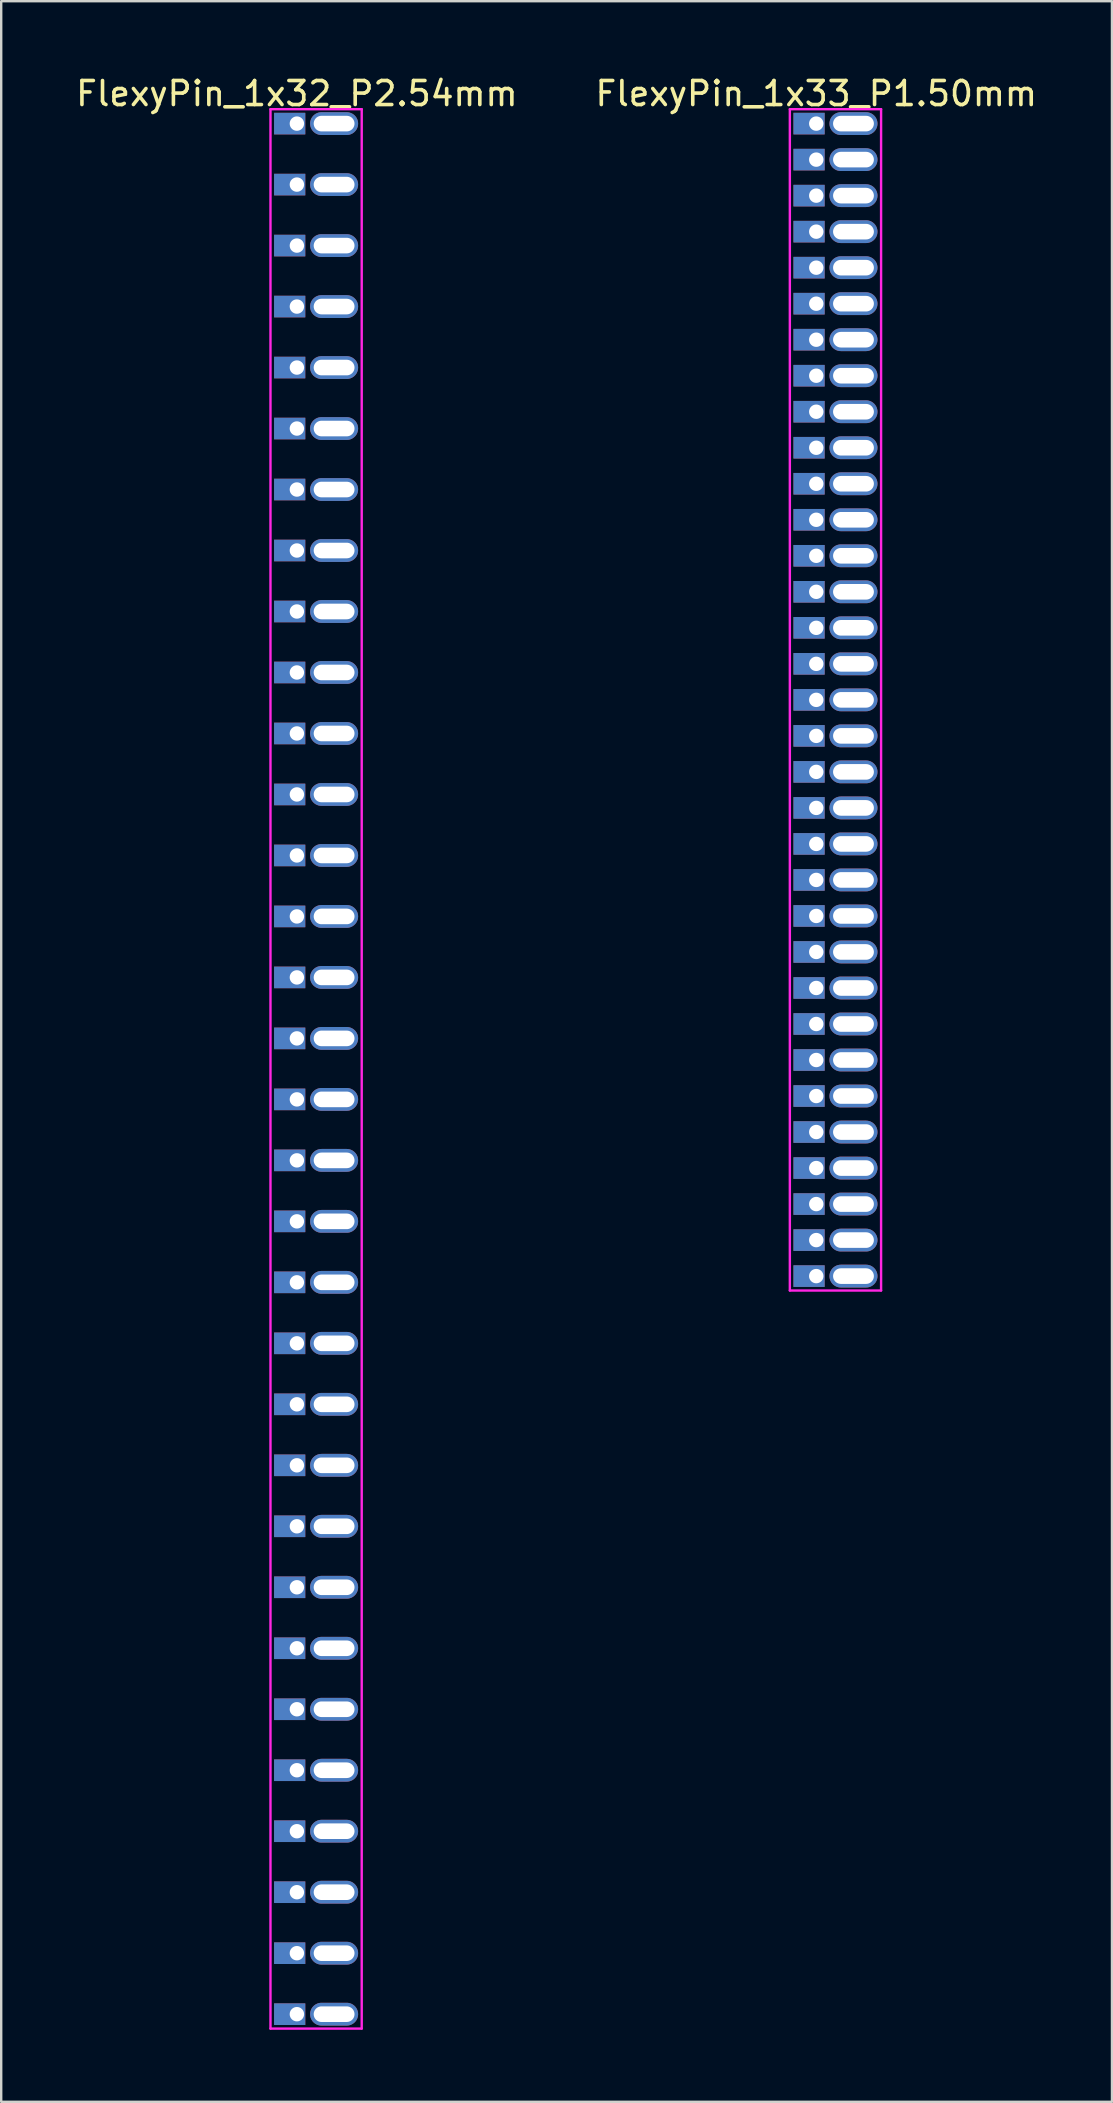
<source format=kicad_pcb>
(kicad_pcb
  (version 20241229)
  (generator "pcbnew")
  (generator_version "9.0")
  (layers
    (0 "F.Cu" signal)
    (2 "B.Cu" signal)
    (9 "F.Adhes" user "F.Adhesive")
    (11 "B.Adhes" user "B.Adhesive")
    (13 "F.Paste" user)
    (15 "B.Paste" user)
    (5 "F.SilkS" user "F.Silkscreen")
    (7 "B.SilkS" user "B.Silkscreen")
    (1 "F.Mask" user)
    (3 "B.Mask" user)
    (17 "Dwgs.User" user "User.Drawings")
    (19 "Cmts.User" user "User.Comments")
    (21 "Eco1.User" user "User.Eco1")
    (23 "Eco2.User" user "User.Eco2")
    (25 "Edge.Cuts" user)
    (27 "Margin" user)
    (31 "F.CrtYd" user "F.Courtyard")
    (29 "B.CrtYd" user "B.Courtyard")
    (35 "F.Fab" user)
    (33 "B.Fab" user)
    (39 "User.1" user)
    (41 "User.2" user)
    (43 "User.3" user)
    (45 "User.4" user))
  (footprint "FlexyPin_1x33_P1.50mm"
    (layer "F.Cu")
    (at 30.946 2.098)
    (property "Reference" "FlexyPin_1x33_P1.50mm" (at 0 -1.25 0) (layer "F.SilkS") (effects (font (size 1 1) (thickness 0.15))))
    (attr through_hole)
    (fp_line (start -1.1 -0.6) (end 2.7 -0.6) (stroke (width 0.1) (type solid)) (layer "F.CrtYd"))
    (fp_line (start -1.1 48.6) (end -1.1 -0.6) (stroke (width 0.1) (type solid)) (layer "F.CrtYd"))
    (fp_line (start 2.7 -0.6) (end 2.7 48.6) (stroke (width 0.1) (type solid)) (layer "F.CrtYd"))
    (fp_line (start 2.7 48.6) (end -1.1 48.6) (stroke (width 0.1) (type solid)) (layer "F.CrtYd"))
    (pad "" thru_hole oval (at 1.55 0) (size 2 0.95) (drill oval 1.7 0.65) (layers "*.Cu" "*.Mask"))
    (pad "" thru_hole oval (at 1.55 1.5) (size 2 0.95) (drill oval 1.7 0.65) (layers "*.Cu" "*.Mask"))
    (pad "" thru_hole oval (at 1.55 3) (size 2 0.95) (drill oval 1.7 0.65) (layers "*.Cu" "*.Mask"))
    (pad "" thru_hole oval (at 1.55 4.5) (size 2 0.95) (drill oval 1.7 0.65) (layers "*.Cu" "*.Mask"))
    (pad "" thru_hole oval (at 1.55 6) (size 2 0.95) (drill oval 1.7 0.65) (layers "*.Cu" "*.Mask"))
    (pad "" thru_hole oval (at 1.55 7.5) (size 2 0.95) (drill oval 1.7 0.65) (layers "*.Cu" "*.Mask"))
    (pad "" thru_hole oval (at 1.55 9) (size 2 0.95) (drill oval 1.7 0.65) (layers "*.Cu" "*.Mask"))
    (pad "" thru_hole oval (at 1.55 10.5) (size 2 0.95) (drill oval 1.7 0.65) (layers "*.Cu" "*.Mask"))
    (pad "" thru_hole oval (at 1.55 12) (size 2 0.95) (drill oval 1.7 0.65) (layers "*.Cu" "*.Mask"))
    (pad "" thru_hole oval (at 1.55 13.5) (size 2 0.95) (drill oval 1.7 0.65) (layers "*.Cu" "*.Mask"))
    (pad "" thru_hole oval (at 1.55 15) (size 2 0.95) (drill oval 1.7 0.65) (layers "*.Cu" "*.Mask"))
    (pad "" thru_hole oval (at 1.55 16.5) (size 2 0.95) (drill oval 1.7 0.65) (layers "*.Cu" "*.Mask"))
    (pad "" thru_hole oval (at 1.55 18) (size 2 0.95) (drill oval 1.7 0.65) (layers "*.Cu" "*.Mask"))
    (pad "" thru_hole oval (at 1.55 19.5) (size 2 0.95) (drill oval 1.7 0.65) (layers "*.Cu" "*.Mask"))
    (pad "" thru_hole oval (at 1.55 21) (size 2 0.95) (drill oval 1.7 0.65) (layers "*.Cu" "*.Mask"))
    (pad "" thru_hole oval (at 1.55 22.5) (size 2 0.95) (drill oval 1.7 0.65) (layers "*.Cu" "*.Mask"))
    (pad "" thru_hole oval (at 1.55 24) (size 2 0.95) (drill oval 1.7 0.65) (layers "*.Cu" "*.Mask"))
    (pad "" thru_hole oval (at 1.55 25.5) (size 2 0.95) (drill oval 1.7 0.65) (layers "*.Cu" "*.Mask"))
    (pad "" thru_hole oval (at 1.55 27) (size 2 0.95) (drill oval 1.7 0.65) (layers "*.Cu" "*.Mask"))
    (pad "" thru_hole oval (at 1.55 28.5) (size 2 0.95) (drill oval 1.7 0.65) (layers "*.Cu" "*.Mask"))
    (pad "" thru_hole oval (at 1.55 30) (size 2 0.95) (drill oval 1.7 0.65) (layers "*.Cu" "*.Mask"))
    (pad "" thru_hole oval (at 1.55 31.5) (size 2 0.95) (drill oval 1.7 0.65) (layers "*.Cu" "*.Mask"))
    (pad "" thru_hole oval (at 1.55 33) (size 2 0.95) (drill oval 1.7 0.65) (layers "*.Cu" "*.Mask"))
    (pad "" thru_hole oval (at 1.55 34.5) (size 2 0.95) (drill oval 1.7 0.65) (layers "*.Cu" "*.Mask"))
    (pad "" thru_hole oval (at 1.55 36) (size 2 0.95) (drill oval 1.7 0.65) (layers "*.Cu" "*.Mask"))
    (pad "" thru_hole oval (at 1.55 37.5) (size 2 0.95) (drill oval 1.7 0.65) (layers "*.Cu" "*.Mask"))
    (pad "" thru_hole oval (at 1.55 39) (size 2 0.95) (drill oval 1.7 0.65) (layers "*.Cu" "*.Mask"))
    (pad "" thru_hole oval (at 1.55 40.5) (size 2 0.95) (drill oval 1.7 0.65) (layers "*.Cu" "*.Mask"))
    (pad "" thru_hole oval (at 1.55 42) (size 2 0.95) (drill oval 1.7 0.65) (layers "*.Cu" "*.Mask"))
    (pad "" thru_hole oval (at 1.55 43.5) (size 2 0.95) (drill oval 1.7 0.65) (layers "*.Cu" "*.Mask"))
    (pad "" thru_hole oval (at 1.55 45) (size 2 0.95) (drill oval 1.7 0.65) (layers "*.Cu" "*.Mask"))
    (pad "" thru_hole oval (at 1.55 46.5) (size 2 0.95) (drill oval 1.7 0.65) (layers "*.Cu" "*.Mask"))
    (pad "" thru_hole oval (at 1.55 48) (size 2 0.95) (drill oval 1.7 0.65) (layers "*.Cu" "*.Mask"))
    (pad "1" thru_hole rect (at 0 0) (size 1.3 0.9) (drill 0.6 (offset -0.3 0)) (layers "*.Cu" "*.Mask"))
    (pad "2" thru_hole rect (at 0 1.5) (size 1.3 0.9) (drill 0.6 (offset -0.3 0)) (layers "*.Cu" "*.Mask"))
    (pad "3" thru_hole rect (at 0 3) (size 1.3 0.9) (drill 0.6 (offset -0.3 0)) (layers "*.Cu" "*.Mask"))
    (pad "4" thru_hole rect (at 0 4.5) (size 1.3 0.9) (drill 0.6 (offset -0.3 0)) (layers "*.Cu" "*.Mask"))
    (pad "5" thru_hole rect (at 0 6) (size 1.3 0.9) (drill 0.6 (offset -0.3 0)) (layers "*.Cu" "*.Mask"))
    (pad "6" thru_hole rect (at 0 7.5) (size 1.3 0.9) (drill 0.6 (offset -0.3 0)) (layers "*.Cu" "*.Mask"))
    (pad "7" thru_hole rect (at 0 9) (size 1.3 0.9) (drill 0.6 (offset -0.3 0)) (layers "*.Cu" "*.Mask"))
    (pad "8" thru_hole rect (at 0 10.5) (size 1.3 0.9) (drill 0.6 (offset -0.3 0)) (layers "*.Cu" "*.Mask"))
    (pad "9" thru_hole rect (at 0 12) (size 1.3 0.9) (drill 0.6 (offset -0.3 0)) (layers "*.Cu" "*.Mask"))
    (pad "10" thru_hole rect (at 0 13.5) (size 1.3 0.9) (drill 0.6 (offset -0.3 0)) (layers "*.Cu" "*.Mask"))
    (pad "11" thru_hole rect (at 0 15) (size 1.3 0.9) (drill 0.6 (offset -0.3 0)) (layers "*.Cu" "*.Mask"))
    (pad "12" thru_hole rect (at 0 16.5) (size 1.3 0.9) (drill 0.6 (offset -0.3 0)) (layers "*.Cu" "*.Mask"))
    (pad "13" thru_hole rect (at 0 18) (size 1.3 0.9) (drill 0.6 (offset -0.3 0)) (layers "*.Cu" "*.Mask"))
    (pad "14" thru_hole rect (at 0 19.5) (size 1.3 0.9) (drill 0.6 (offset -0.3 0)) (layers "*.Cu" "*.Mask"))
    (pad "15" thru_hole rect (at 0 21) (size 1.3 0.9) (drill 0.6 (offset -0.3 0)) (layers "*.Cu" "*.Mask"))
    (pad "16" thru_hole rect (at 0 22.5) (size 1.3 0.9) (drill 0.6 (offset -0.3 0)) (layers "*.Cu" "*.Mask"))
    (pad "17" thru_hole rect (at 0 24) (size 1.3 0.9) (drill 0.6 (offset -0.3 0)) (layers "*.Cu" "*.Mask"))
    (pad "18" thru_hole rect (at 0 25.5) (size 1.3 0.9) (drill 0.6 (offset -0.3 0)) (layers "*.Cu" "*.Mask"))
    (pad "19" thru_hole rect (at 0 27) (size 1.3 0.9) (drill 0.6 (offset -0.3 0)) (layers "*.Cu" "*.Mask"))
    (pad "20" thru_hole rect (at 0 28.5) (size 1.3 0.9) (drill 0.6 (offset -0.3 0)) (layers "*.Cu" "*.Mask"))
    (pad "21" thru_hole rect (at 0 30) (size 1.3 0.9) (drill 0.6 (offset -0.3 0)) (layers "*.Cu" "*.Mask"))
    (pad "22" thru_hole rect (at 0 31.5) (size 1.3 0.9) (drill 0.6 (offset -0.3 0)) (layers "*.Cu" "*.Mask"))
    (pad "23" thru_hole rect (at 0 33) (size 1.3 0.9) (drill 0.6 (offset -0.3 0)) (layers "*.Cu" "*.Mask"))
    (pad "24" thru_hole rect (at 0 34.5) (size 1.3 0.9) (drill 0.6 (offset -0.3 0)) (layers "*.Cu" "*.Mask"))
    (pad "25" thru_hole rect (at 0 36) (size 1.3 0.9) (drill 0.6 (offset -0.3 0)) (layers "*.Cu" "*.Mask"))
    (pad "26" thru_hole rect (at 0 37.5) (size 1.3 0.9) (drill 0.6 (offset -0.3 0)) (layers "*.Cu" "*.Mask"))
    (pad "27" thru_hole rect (at 0 39) (size 1.3 0.9) (drill 0.6 (offset -0.3 0)) (layers "*.Cu" "*.Mask"))
    (pad "28" thru_hole rect (at 0 40.5) (size 1.3 0.9) (drill 0.6 (offset -0.3 0)) (layers "*.Cu" "*.Mask"))
    (pad "29" thru_hole rect (at 0 42) (size 1.3 0.9) (drill 0.6 (offset -0.3 0)) (layers "*.Cu" "*.Mask"))
    (pad "30" thru_hole rect (at 0 43.5) (size 1.3 0.9) (drill 0.6 (offset -0.3 0)) (layers "*.Cu" "*.Mask"))
    (pad "31" thru_hole rect (at 0 45) (size 1.3 0.9) (drill 0.6 (offset -0.3 0)) (layers "*.Cu" "*.Mask"))
    (pad "32" thru_hole rect (at 0 46.5) (size 1.3 0.9) (drill 0.6 (offset -0.3 0)) (layers "*.Cu" "*.Mask"))
    (pad "33" thru_hole rect (at 0 48) (size 1.3 0.9) (drill 0.6 (offset -0.3 0)) (layers "*.Cu" "*.Mask")))
  (footprint "FlexyPin_1x32_P2.54mm"
    (layer "F.Cu")
    (at 9.315 2.098)
    (property "Reference" "FlexyPin_1x32_P2.54mm" (at 0 -1.25 0) (layer "F.SilkS") (effects (font (size 1 1) (thickness 0.15))))
    (attr through_hole)
    (fp_line (start -1.1 -0.6) (end 2.7 -0.6) (stroke (width 0.1) (type solid)) (layer "F.CrtYd"))
    (fp_line (start -1.1 79.34) (end -1.1 -0.6) (stroke (width 0.1) (type solid)) (layer "F.CrtYd"))
    (fp_line (start 2.7 -0.6) (end 2.7 79.34) (stroke (width 0.1) (type solid)) (layer "F.CrtYd"))
    (fp_line (start 2.7 79.34) (end -1.1 79.34) (stroke (width 0.1) (type solid)) (layer "F.CrtYd"))
    (pad "" thru_hole oval (at 1.55 0) (size 2 0.95) (drill oval 1.7 0.65) (layers "*.Cu" "*.Mask"))
    (pad "" thru_hole oval (at 1.55 2.54) (size 2 0.95) (drill oval 1.7 0.65) (layers "*.Cu" "*.Mask"))
    (pad "" thru_hole oval (at 1.55 5.08) (size 2 0.95) (drill oval 1.7 0.65) (layers "*.Cu" "*.Mask"))
    (pad "" thru_hole oval (at 1.55 7.62) (size 2 0.95) (drill oval 1.7 0.65) (layers "*.Cu" "*.Mask"))
    (pad "" thru_hole oval (at 1.55 10.16) (size 2 0.95) (drill oval 1.7 0.65) (layers "*.Cu" "*.Mask"))
    (pad "" thru_hole oval (at 1.55 12.7) (size 2 0.95) (drill oval 1.7 0.65) (layers "*.Cu" "*.Mask"))
    (pad "" thru_hole oval (at 1.55 15.24) (size 2 0.95) (drill oval 1.7 0.65) (layers "*.Cu" "*.Mask"))
    (pad "" thru_hole oval (at 1.55 17.78) (size 2 0.95) (drill oval 1.7 0.65) (layers "*.Cu" "*.Mask"))
    (pad "" thru_hole oval (at 1.55 20.32) (size 2 0.95) (drill oval 1.7 0.65) (layers "*.Cu" "*.Mask"))
    (pad "" thru_hole oval (at 1.55 22.86) (size 2 0.95) (drill oval 1.7 0.65) (layers "*.Cu" "*.Mask"))
    (pad "" thru_hole oval (at 1.55 25.4) (size 2 0.95) (drill oval 1.7 0.65) (layers "*.Cu" "*.Mask"))
    (pad "" thru_hole oval (at 1.55 27.94) (size 2 0.95) (drill oval 1.7 0.65) (layers "*.Cu" "*.Mask"))
    (pad "" thru_hole oval (at 1.55 30.48) (size 2 0.95) (drill oval 1.7 0.65) (layers "*.Cu" "*.Mask"))
    (pad "" thru_hole oval (at 1.55 33.02) (size 2 0.95) (drill oval 1.7 0.65) (layers "*.Cu" "*.Mask"))
    (pad "" thru_hole oval (at 1.55 35.56) (size 2 0.95) (drill oval 1.7 0.65) (layers "*.Cu" "*.Mask"))
    (pad "" thru_hole oval (at 1.55 38.1) (size 2 0.95) (drill oval 1.7 0.65) (layers "*.Cu" "*.Mask"))
    (pad "" thru_hole oval (at 1.55 40.64) (size 2 0.95) (drill oval 1.7 0.65) (layers "*.Cu" "*.Mask"))
    (pad "" thru_hole oval (at 1.55 43.18) (size 2 0.95) (drill oval 1.7 0.65) (layers "*.Cu" "*.Mask"))
    (pad "" thru_hole oval (at 1.55 45.72) (size 2 0.95) (drill oval 1.7 0.65) (layers "*.Cu" "*.Mask"))
    (pad "" thru_hole oval (at 1.55 48.26) (size 2 0.95) (drill oval 1.7 0.65) (layers "*.Cu" "*.Mask"))
    (pad "" thru_hole oval (at 1.55 50.8) (size 2 0.95) (drill oval 1.7 0.65) (layers "*.Cu" "*.Mask"))
    (pad "" thru_hole oval (at 1.55 53.34) (size 2 0.95) (drill oval 1.7 0.65) (layers "*.Cu" "*.Mask"))
    (pad "" thru_hole oval (at 1.55 55.88) (size 2 0.95) (drill oval 1.7 0.65) (layers "*.Cu" "*.Mask"))
    (pad "" thru_hole oval (at 1.55 58.42) (size 2 0.95) (drill oval 1.7 0.65) (layers "*.Cu" "*.Mask"))
    (pad "" thru_hole oval (at 1.55 60.96) (size 2 0.95) (drill oval 1.7 0.65) (layers "*.Cu" "*.Mask"))
    (pad "" thru_hole oval (at 1.55 63.5) (size 2 0.95) (drill oval 1.7 0.65) (layers "*.Cu" "*.Mask"))
    (pad "" thru_hole oval (at 1.55 66.04) (size 2 0.95) (drill oval 1.7 0.65) (layers "*.Cu" "*.Mask"))
    (pad "" thru_hole oval (at 1.55 68.58) (size 2 0.95) (drill oval 1.7 0.65) (layers "*.Cu" "*.Mask"))
    (pad "" thru_hole oval (at 1.55 71.12) (size 2 0.95) (drill oval 1.7 0.65) (layers "*.Cu" "*.Mask"))
    (pad "" thru_hole oval (at 1.55 73.66) (size 2 0.95) (drill oval 1.7 0.65) (layers "*.Cu" "*.Mask"))
    (pad "" thru_hole oval (at 1.55 76.2) (size 2 0.95) (drill oval 1.7 0.65) (layers "*.Cu" "*.Mask"))
    (pad "" thru_hole oval (at 1.55 78.74) (size 2 0.95) (drill oval 1.7 0.65) (layers "*.Cu" "*.Mask"))
    (pad "1" thru_hole rect (at 0 0) (size 1.3 0.9) (drill 0.6 (offset -0.3 0)) (layers "*.Cu" "*.Mask"))
    (pad "2" thru_hole rect (at 0 2.54) (size 1.3 0.9) (drill 0.6 (offset -0.3 0)) (layers "*.Cu" "*.Mask"))
    (pad "3" thru_hole rect (at 0 5.08) (size 1.3 0.9) (drill 0.6 (offset -0.3 0)) (layers "*.Cu" "*.Mask"))
    (pad "4" thru_hole rect (at 0 7.62) (size 1.3 0.9) (drill 0.6 (offset -0.3 0)) (layers "*.Cu" "*.Mask"))
    (pad "5" thru_hole rect (at 0 10.16) (size 1.3 0.9) (drill 0.6 (offset -0.3 0)) (layers "*.Cu" "*.Mask"))
    (pad "6" thru_hole rect (at 0 12.7) (size 1.3 0.9) (drill 0.6 (offset -0.3 0)) (layers "*.Cu" "*.Mask"))
    (pad "7" thru_hole rect (at 0 15.24) (size 1.3 0.9) (drill 0.6 (offset -0.3 0)) (layers "*.Cu" "*.Mask"))
    (pad "8" thru_hole rect (at 0 17.78) (size 1.3 0.9) (drill 0.6 (offset -0.3 0)) (layers "*.Cu" "*.Mask"))
    (pad "9" thru_hole rect (at 0 20.32) (size 1.3 0.9) (drill 0.6 (offset -0.3 0)) (layers "*.Cu" "*.Mask"))
    (pad "10" thru_hole rect (at 0 22.86) (size 1.3 0.9) (drill 0.6 (offset -0.3 0)) (layers "*.Cu" "*.Mask"))
    (pad "11" thru_hole rect (at 0 25.4) (size 1.3 0.9) (drill 0.6 (offset -0.3 0)) (layers "*.Cu" "*.Mask"))
    (pad "12" thru_hole rect (at 0 27.94) (size 1.3 0.9) (drill 0.6 (offset -0.3 0)) (layers "*.Cu" "*.Mask"))
    (pad "13" thru_hole rect (at 0 30.48) (size 1.3 0.9) (drill 0.6 (offset -0.3 0)) (layers "*.Cu" "*.Mask"))
    (pad "14" thru_hole rect (at 0 33.02) (size 1.3 0.9) (drill 0.6 (offset -0.3 0)) (layers "*.Cu" "*.Mask"))
    (pad "15" thru_hole rect (at 0 35.56) (size 1.3 0.9) (drill 0.6 (offset -0.3 0)) (layers "*.Cu" "*.Mask"))
    (pad "16" thru_hole rect (at 0 38.1) (size 1.3 0.9) (drill 0.6 (offset -0.3 0)) (layers "*.Cu" "*.Mask"))
    (pad "17" thru_hole rect (at 0 40.64) (size 1.3 0.9) (drill 0.6 (offset -0.3 0)) (layers "*.Cu" "*.Mask"))
    (pad "18" thru_hole rect (at 0 43.18) (size 1.3 0.9) (drill 0.6 (offset -0.3 0)) (layers "*.Cu" "*.Mask"))
    (pad "19" thru_hole rect (at 0 45.72) (size 1.3 0.9) (drill 0.6 (offset -0.3 0)) (layers "*.Cu" "*.Mask"))
    (pad "20" thru_hole rect (at 0 48.26) (size 1.3 0.9) (drill 0.6 (offset -0.3 0)) (layers "*.Cu" "*.Mask"))
    (pad "21" thru_hole rect (at 0 50.8) (size 1.3 0.9) (drill 0.6 (offset -0.3 0)) (layers "*.Cu" "*.Mask"))
    (pad "22" thru_hole rect (at 0 53.34) (size 1.3 0.9) (drill 0.6 (offset -0.3 0)) (layers "*.Cu" "*.Mask"))
    (pad "23" thru_hole rect (at 0 55.88) (size 1.3 0.9) (drill 0.6 (offset -0.3 0)) (layers "*.Cu" "*.Mask"))
    (pad "24" thru_hole rect (at 0 58.42) (size 1.3 0.9) (drill 0.6 (offset -0.3 0)) (layers "*.Cu" "*.Mask"))
    (pad "25" thru_hole rect (at 0 60.96) (size 1.3 0.9) (drill 0.6 (offset -0.3 0)) (layers "*.Cu" "*.Mask"))
    (pad "26" thru_hole rect (at 0 63.5) (size 1.3 0.9) (drill 0.6 (offset -0.3 0)) (layers "*.Cu" "*.Mask"))
    (pad "27" thru_hole rect (at 0 66.04) (size 1.3 0.9) (drill 0.6 (offset -0.3 0)) (layers "*.Cu" "*.Mask"))
    (pad "28" thru_hole rect (at 0 68.58) (size 1.3 0.9) (drill 0.6 (offset -0.3 0)) (layers "*.Cu" "*.Mask"))
    (pad "29" thru_hole rect (at 0 71.12) (size 1.3 0.9) (drill 0.6 (offset -0.3 0)) (layers "*.Cu" "*.Mask"))
    (pad "30" thru_hole rect (at 0 73.66) (size 1.3 0.9) (drill 0.6 (offset -0.3 0)) (layers "*.Cu" "*.Mask"))
    (pad "31" thru_hole rect (at 0 76.2) (size 1.3 0.9) (drill 0.6 (offset -0.3 0)) (layers "*.Cu" "*.Mask"))
    (pad "32" thru_hole rect (at 0 78.74) (size 1.3 0.9) (drill 0.6 (offset -0.3 0)) (layers "*.Cu" "*.Mask")))
  (gr_rect
    (start -3 -3)
    (end 43.262 84.488)
    (stroke (width 0.1) (type default))
    (fill no)
    (layer "Edge.Cuts")))
</source>
